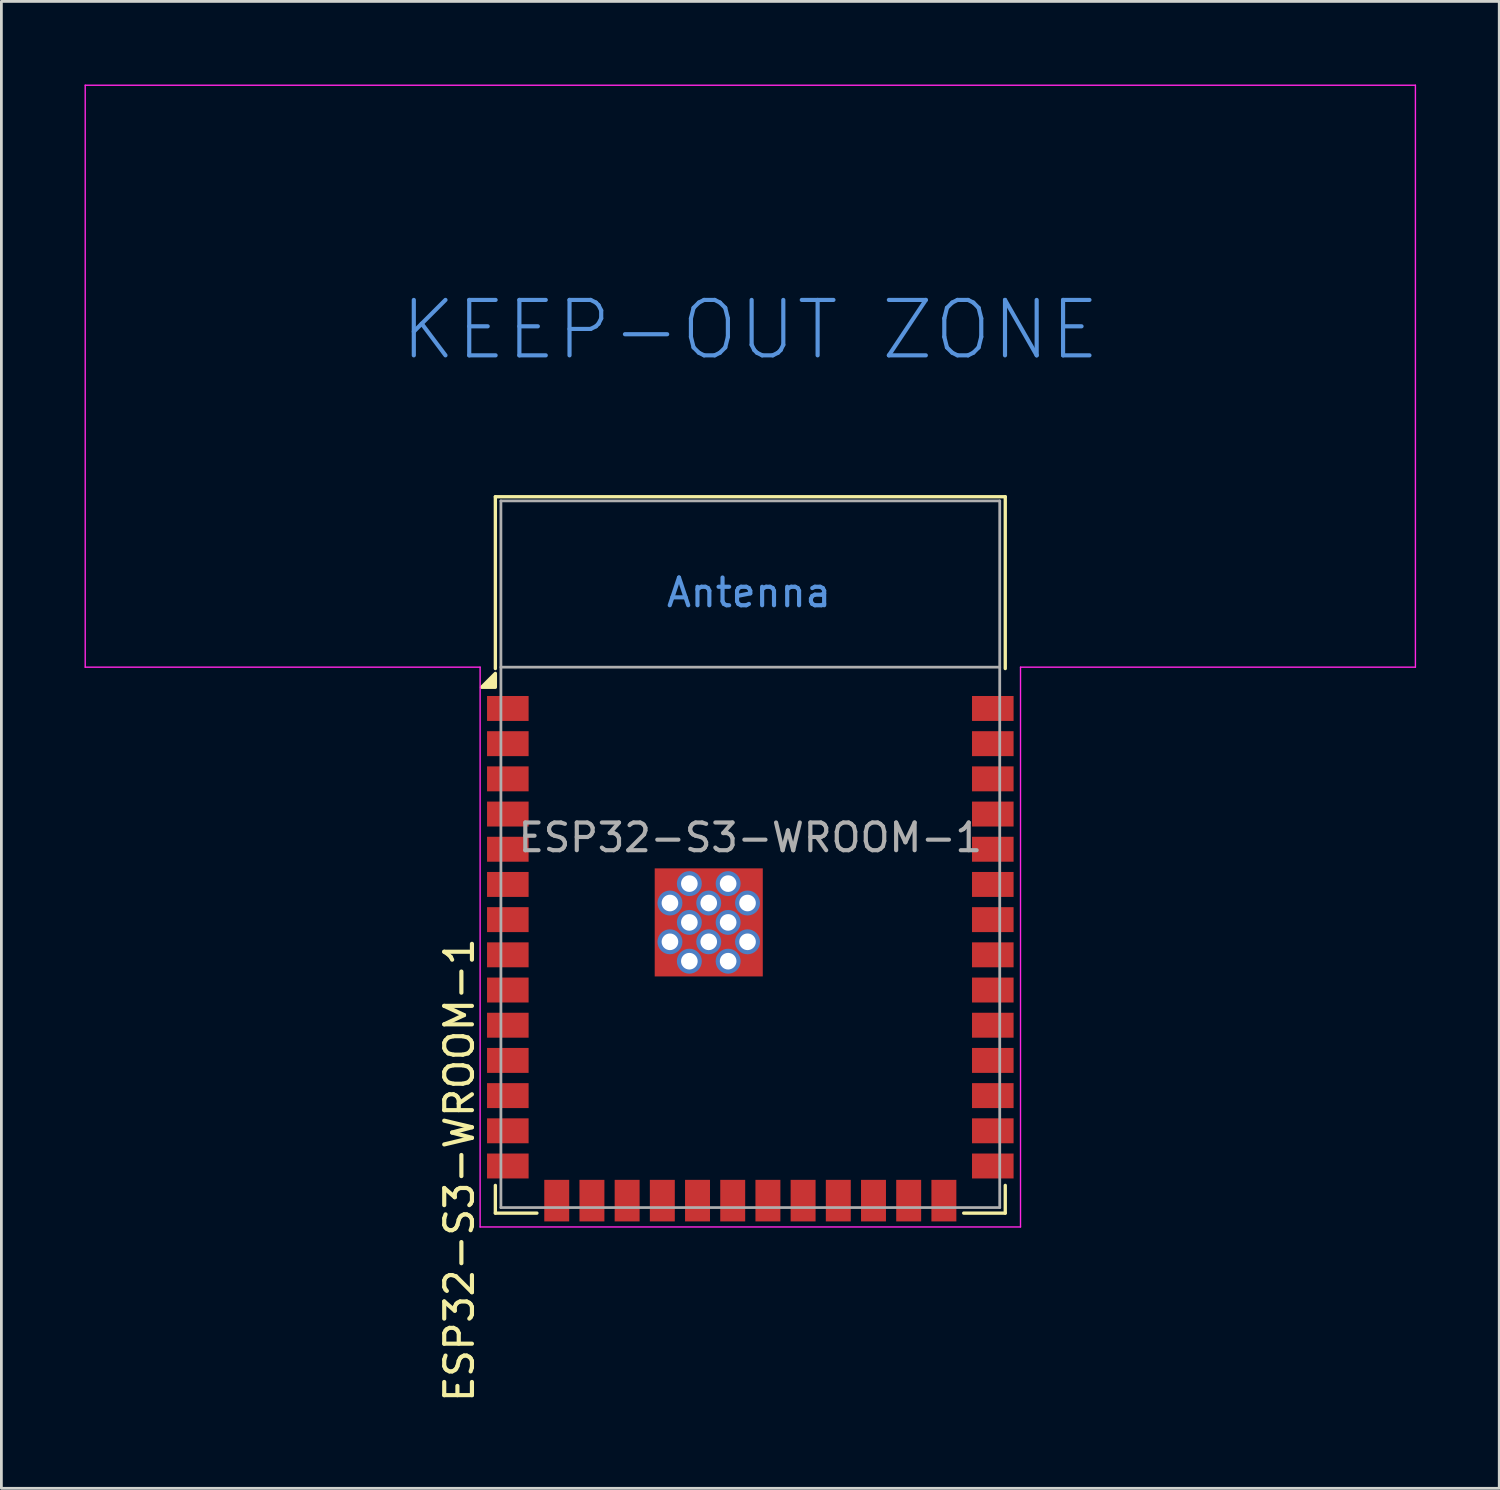
<source format=kicad_pcb>
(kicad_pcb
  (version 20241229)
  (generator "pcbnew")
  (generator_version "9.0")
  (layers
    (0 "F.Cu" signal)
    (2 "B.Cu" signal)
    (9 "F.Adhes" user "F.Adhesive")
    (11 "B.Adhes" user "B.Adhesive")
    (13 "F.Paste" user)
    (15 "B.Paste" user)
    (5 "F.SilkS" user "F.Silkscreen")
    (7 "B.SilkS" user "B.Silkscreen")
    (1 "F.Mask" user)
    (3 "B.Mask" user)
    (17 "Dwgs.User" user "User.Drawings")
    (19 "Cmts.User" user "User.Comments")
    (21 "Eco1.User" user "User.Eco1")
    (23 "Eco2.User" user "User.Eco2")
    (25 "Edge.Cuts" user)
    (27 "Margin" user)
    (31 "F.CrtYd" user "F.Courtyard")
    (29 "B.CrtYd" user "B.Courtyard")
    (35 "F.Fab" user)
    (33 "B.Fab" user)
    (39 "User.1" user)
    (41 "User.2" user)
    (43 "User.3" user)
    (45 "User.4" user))
  (footprint "ESP32-S3-WROOM-1"
    (layer "F.Cu")
    (at 24.025 27.775)
    (property "Reference" "ESP32-S3-WROOM-1" (at -10.5 11.4 90) (unlocked yes) (layer "F.SilkS") (effects (font (size 1 1) (thickness 0.15))))
    (attr smd)
    (fp_line (start -9.2 -12.9) (end -9.2 -6.7) (stroke (width 0.12) (type solid)) (layer "F.SilkS"))
    (fp_line (start -9.2 -12.9) (end 9.2 -12.9) (stroke (width 0.12) (type solid)) (layer "F.SilkS"))
    (fp_line (start -9.2 11.95) (end -9.2 12.95) (stroke (width 0.12) (type solid)) (layer "F.SilkS"))
    (fp_line (start -9.2 12.95) (end -7.7 12.95) (stroke (width 0.12) (type solid)) (layer "F.SilkS"))
    (fp_line (start 9.2 -12.9) (end 9.2 -6.7) (stroke (width 0.12) (type solid)) (layer "F.SilkS"))
    (fp_line (start 9.2 12.95) (end 7.7 12.95) (stroke (width 0.12) (type solid)) (layer "F.SilkS"))
    (fp_line (start 9.2 12.95) (end 9.2 11.95) (stroke (width 0.12) (type solid)) (layer "F.SilkS"))
    (fp_poly (pts (xy -9.2 -6.025) (xy -9.7 -6.025) (xy -9.2 -6.525) (xy -9.2 -6.025)) (stroke (width 0.12) (type solid)) (fill yes) (layer "F.SilkS"))
    (fp_line (start -24 -27.75) (end -24 -6.75) (stroke (width 0.05) (type solid)) (layer "F.CrtYd"))
    (fp_line (start -24 -6.75) (end -9.75 -6.75) (stroke (width 0.05) (type solid)) (layer "F.CrtYd"))
    (fp_line (start -9.75 13.45) (end -9.75 -6.75) (stroke (width 0.05) (type solid)) (layer "F.CrtYd"))
    (fp_line (start -9.75 13.45) (end 9.75 13.45) (stroke (width 0.05) (type solid)) (layer "F.CrtYd"))
    (fp_line (start 9.75 -6.75) (end 9.75 13.45) (stroke (width 0.05) (type solid)) (layer "F.CrtYd"))
    (fp_line (start 9.75 -6.75) (end 24 -6.75) (stroke (width 0.05) (type solid)) (layer "F.CrtYd"))
    (fp_line (start 24 -27.75) (end -24 -27.75) (stroke (width 0.05) (type solid)) (layer "F.CrtYd"))
    (fp_line (start 24 -6.75) (end 24 -27.75) (stroke (width 0.05) (type solid)) (layer "F.CrtYd"))
    (fp_line (start -9 -12.75) (end 9 -12.75) (stroke (width 0.1) (type solid)) (layer "F.Fab"))
    (fp_line (start -9 -6.75) (end 9 -6.75) (stroke (width 0.1) (type solid)) (layer "F.Fab"))
    (fp_line (start -9 12.75) (end -9 -12.75) (stroke (width 0.1) (type solid)) (layer "F.Fab"))
    (fp_line (start -9 12.75) (end 9 12.75) (stroke (width 0.1) (type solid)) (layer "F.Fab"))
    (fp_line (start 9 12.75) (end 9 -12.75) (stroke (width 0.1) (type solid)) (layer "F.Fab"))
    (fp_text user "KEEP-OUT ZONE" (at 0 -18.92 0) (layer "Cmts.User") (effects (font (size 2 2) (thickness 0.15))))
    (fp_text user "Antenna" (at -0.05 -9.44 0) (layer "Cmts.User") (effects (font (size 1 1) (thickness 0.15))))
    (fp_text user "${REFERENCE}" (at 0 -0.6 0) (unlocked yes) (layer "F.Fab") (effects (font (size 1 1) (thickness 0.15))))
    (pad "1" smd rect (at -8.75 -5.26) (size 1.5 0.9) (layers "F.Cu" "F.Mask" "F.Paste"))
    (pad "2" smd rect (at -8.75 -3.99) (size 1.5 0.9) (layers "F.Cu" "F.Mask" "F.Paste"))
    (pad "3" smd rect (at -8.75 -2.72) (size 1.5 0.9) (layers "F.Cu" "F.Mask" "F.Paste"))
    (pad "4" smd rect (at -8.75 -1.45) (size 1.5 0.9) (layers "F.Cu" "F.Mask" "F.Paste"))
    (pad "5" smd rect (at -8.75 -0.18) (size 1.5 0.9) (layers "F.Cu" "F.Mask" "F.Paste"))
    (pad "6" smd rect (at -8.75 1.09) (size 1.5 0.9) (layers "F.Cu" "F.Mask" "F.Paste"))
    (pad "7" smd rect (at -8.75 2.36) (size 1.5 0.9) (layers "F.Cu" "F.Mask" "F.Paste"))
    (pad "8" smd rect (at -8.75 3.63) (size 1.5 0.9) (layers "F.Cu" "F.Mask" "F.Paste"))
    (pad "9" smd rect (at -8.75 4.9) (size 1.5 0.9) (layers "F.Cu" "F.Mask" "F.Paste"))
    (pad "10" smd rect (at -8.75 6.17) (size 1.5 0.9) (layers "F.Cu" "F.Mask" "F.Paste"))
    (pad "11" smd rect (at -8.75 7.44) (size 1.5 0.9) (layers "F.Cu" "F.Mask" "F.Paste"))
    (pad "12" smd rect (at -8.75 8.71) (size 1.5 0.9) (layers "F.Cu" "F.Mask" "F.Paste"))
    (pad "13" smd rect (at -8.75 9.98) (size 1.5 0.9) (layers "F.Cu" "F.Mask" "F.Paste"))
    (pad "14" smd rect (at -8.75 11.25 180) (size 1.5 0.9) (layers "F.Cu" "F.Mask" "F.Paste"))
    (pad "15" smd rect (at -6.985 12.5 270) (size 1.5 0.9) (layers "F.Cu" "F.Mask" "F.Paste"))
    (pad "16" smd rect (at -5.715 12.5 270) (size 1.5 0.9) (layers "F.Cu" "F.Mask" "F.Paste"))
    (pad "17" smd rect (at -4.445 12.5 270) (size 1.5 0.9) (layers "F.Cu" "F.Mask" "F.Paste"))
    (pad "18" smd rect (at -3.175 12.5 270) (size 1.5 0.9) (layers "F.Cu" "F.Mask" "F.Paste"))
    (pad "19" smd rect (at -1.905 12.5 270) (size 1.5 0.9) (layers "F.Cu" "F.Mask" "F.Paste"))
    (pad "20" smd rect (at -0.635 12.5 270) (size 1.5 0.9) (layers "F.Cu" "F.Mask" "F.Paste"))
    (pad "21" smd rect (at 0.635 12.5 270) (size 1.5 0.9) (layers "F.Cu" "F.Mask" "F.Paste"))
    (pad "22" smd rect (at 1.905 12.5 270) (size 1.5 0.9) (layers "F.Cu" "F.Mask" "F.Paste"))
    (pad "23" smd rect (at 3.175 12.5 270) (size 1.5 0.9) (layers "F.Cu" "F.Mask" "F.Paste"))
    (pad "24" smd rect (at 4.445 12.5 270) (size 1.5 0.9) (layers "F.Cu" "F.Mask" "F.Paste"))
    (pad "25" smd rect (at 5.715 12.5 270) (size 1.5 0.9) (layers "F.Cu" "F.Mask" "F.Paste"))
    (pad "26" smd rect (at 6.985 12.5 270) (size 1.5 0.9) (layers "F.Cu" "F.Mask" "F.Paste"))
    (pad "27" smd rect (at 8.75 11.25) (size 1.5 0.9) (layers "F.Cu" "F.Mask" "F.Paste"))
    (pad "28" smd rect (at 8.75 9.98) (size 1.5 0.9) (layers "F.Cu" "F.Mask" "F.Paste"))
    (pad "29" smd rect (at 8.75 8.71) (size 1.5 0.9) (layers "F.Cu" "F.Mask" "F.Paste"))
    (pad "30" smd rect (at 8.75 7.44) (size 1.5 0.9) (layers "F.Cu" "F.Mask" "F.Paste"))
    (pad "31" smd rect (at 8.75 6.17) (size 1.5 0.9) (layers "F.Cu" "F.Mask" "F.Paste"))
    (pad "32" smd rect (at 8.75 4.9) (size 1.5 0.9) (layers "F.Cu" "F.Mask" "F.Paste"))
    (pad "33" smd rect (at 8.75 3.63) (size 1.5 0.9) (layers "F.Cu" "F.Mask" "F.Paste"))
    (pad "34" smd rect (at 8.75 2.36) (size 1.5 0.9) (layers "F.Cu" "F.Mask" "F.Paste"))
    (pad "35" smd rect (at 8.75 1.09) (size 1.5 0.9) (layers "F.Cu" "F.Mask" "F.Paste"))
    (pad "36" smd rect (at 8.75 -0.18) (size 1.5 0.9) (layers "F.Cu" "F.Mask" "F.Paste"))
    (pad "37" smd rect (at 8.75 -1.45) (size 1.5 0.9) (layers "F.Cu" "F.Mask" "F.Paste"))
    (pad "38" smd rect (at 8.75 -2.72) (size 1.5 0.9) (layers "F.Cu" "F.Mask" "F.Paste"))
    (pad "39" smd rect (at 8.75 -3.99) (size 1.5 0.9) (layers "F.Cu" "F.Mask" "F.Paste"))
    (pad "40" smd rect (at 8.75 -5.26) (size 1.5 0.9) (layers "F.Cu" "F.Mask" "F.Paste"))
    (pad "41" thru_hole circle (at -2.9 1.76 90) (size 0.9 0.9) (drill 0.6) (property pad_prop_heatsink) (layers "*.Cu" "F.Mask"))
    (pad "41" thru_hole circle (at -2.9 3.16) (size 0.9 0.9) (drill 0.6) (property pad_prop_heatsink) (layers "*.Cu" "F.Mask"))
    (pad "41" thru_hole circle (at -2.2 1.06) (size 0.9 0.9) (drill 0.6) (property pad_prop_heatsink) (layers "*.Cu" "F.Mask"))
    (pad "41" thru_hole circle (at -2.2 2.46) (size 0.9 0.9) (drill 0.6) (property pad_prop_heatsink) (layers "*.Cu" "F.Mask"))
    (pad "41" thru_hole circle (at -2.2 3.86) (size 0.9 0.9) (drill 0.6) (property pad_prop_heatsink) (layers "*.Cu" "F.Mask"))
    (pad "41" thru_hole circle (at -1.5 1.76) (size 0.9 0.9) (drill 0.6) (property pad_prop_heatsink) (layers "*.Cu" "F.Mask"))
    (pad "41" smd rect (at -1.5 2.46 270) (size 3.9 3.9) (layers "F.Cu" "F.Mask"))
    (pad "41" thru_hole circle (at -1.5 3.16) (size 0.9 0.9) (drill 0.6) (property pad_prop_heatsink) (layers "*.Cu" "F.Mask"))
    (pad "41" thru_hole circle (at -0.8 1.06) (size 0.9 0.9) (drill 0.6) (property pad_prop_heatsink) (layers "*.Cu" "F.Mask"))
    (pad "41" thru_hole circle (at -0.8 2.46) (size 0.9 0.9) (drill 0.6) (property pad_prop_heatsink) (layers "*.Cu" "F.Mask"))
    (pad "41" thru_hole circle (at -0.8 3.86) (size 0.9 0.9) (drill 0.6) (property pad_prop_heatsink) (layers "*.Cu" "F.Mask"))
    (pad "41" thru_hole circle (at -0.1 1.76) (size 0.9 0.9) (drill 0.6) (property pad_prop_heatsink) (layers "*.Cu" "F.Mask"))
    (pad "41" thru_hole circle (at -0.1 3.16) (size 0.9 0.9) (drill 0.6) (property pad_prop_heatsink) (layers "*.Cu" "F.Mask"))
    (zone (net_name "") (layers "F.Cu" "B.Cu") (hatch full 0.508) (connect_pads) (min_thickness 0.254) (filled_areas_thickness no) (keepout (tracks not_allowed) (vias not_allowed) (pads not_allowed) (copperpour not_allowed) (footprints not_allowed)) (placement (enabled no)) (fill) (polygon (pts (xy 0.025 21.025) (xy 48.025 21.025) (xy 48.025 0.025) (xy 0.025 0.025)))))
  (gr_rect
    (start -3 -3)
    (end 51.05 50.657)
    (stroke (width 0.1) (type default))
    (fill no)
    (layer "Edge.Cuts")))
</source>
